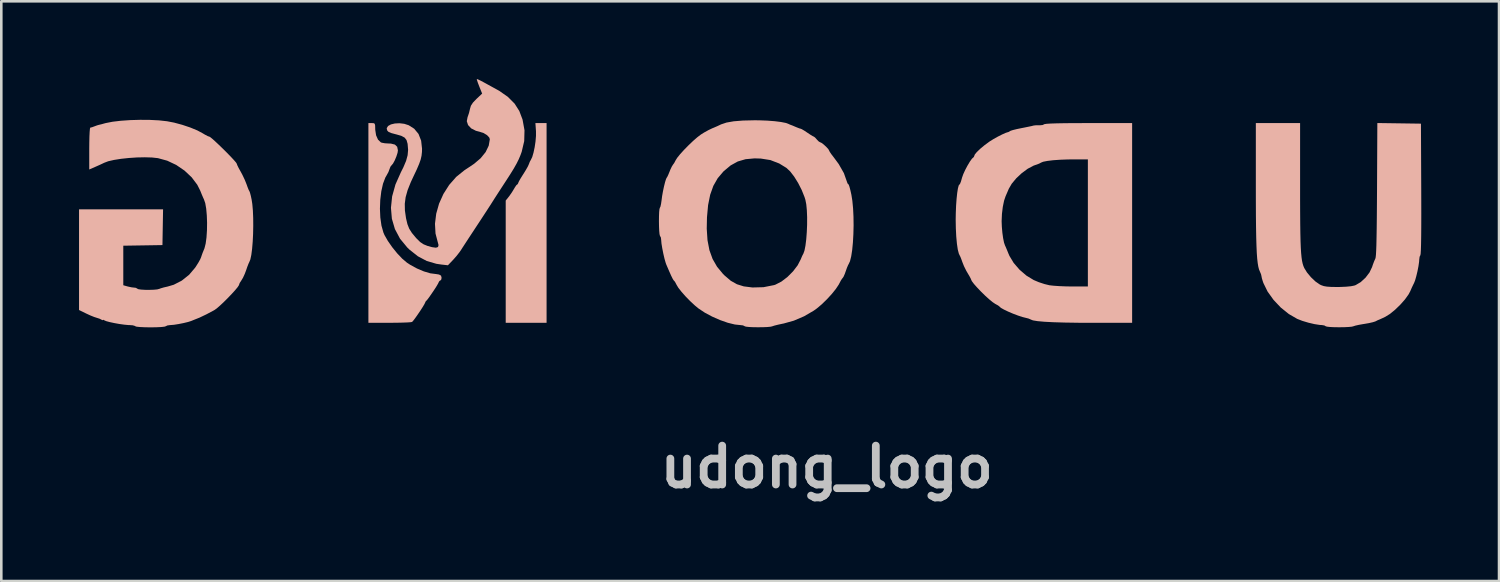
<source format=kicad_pcb>
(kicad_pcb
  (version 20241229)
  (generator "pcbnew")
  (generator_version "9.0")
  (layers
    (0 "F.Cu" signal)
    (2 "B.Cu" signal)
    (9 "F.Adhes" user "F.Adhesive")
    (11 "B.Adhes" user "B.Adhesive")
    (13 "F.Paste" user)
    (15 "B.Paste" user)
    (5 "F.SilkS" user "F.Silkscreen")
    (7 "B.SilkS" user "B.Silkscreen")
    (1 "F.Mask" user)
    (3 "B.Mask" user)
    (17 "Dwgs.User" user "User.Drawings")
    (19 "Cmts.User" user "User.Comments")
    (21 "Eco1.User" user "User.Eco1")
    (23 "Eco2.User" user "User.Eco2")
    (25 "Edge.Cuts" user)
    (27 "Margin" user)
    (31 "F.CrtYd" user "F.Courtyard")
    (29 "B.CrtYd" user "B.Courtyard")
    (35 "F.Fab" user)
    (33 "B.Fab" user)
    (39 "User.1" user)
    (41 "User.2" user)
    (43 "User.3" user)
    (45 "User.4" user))
  (footprint "udong_logo"
    (layer "F.Cu")
    (at 26.106 5.319)
    (property "Reference" "udong_logo" (at 2.75 9.65 0) (layer "Dwgs.User") (effects (font (size 1.5 1.5) (thickness 0.3))))
    (attr board_only exclude_from_pos_files exclude_from_bom)
    (fp_poly (pts (xy -8.472 -3.302) (xy -8.472 -3.121) (xy -8.49 -2.908) (xy -8.523 -2.686) (xy -8.567 -2.479) (xy -8.616 -2.311) (xy -8.667 -2.205) (xy -8.668 -2.203) (xy -8.712 -2.123) (xy -8.742 -2.043) (xy -8.781 -1.954) (xy -8.856 -1.82) (xy -8.95 -1.667) (xy -8.966 -1.643) (xy -9.056 -1.5) (xy -9.124 -1.382) (xy -9.157 -1.311) (xy -9.158 -1.303) (xy -9.182 -1.257) (xy -9.192 -1.254) (xy -9.232 -1.219) (xy -9.29 -1.132) (xy -9.312 -1.093) (xy -9.4 -0.949) (xy -9.502 -0.802) (xy -9.519 -0.781) (xy -9.64 -0.629) (xy -9.64 1.73) (xy -9.64 4.088) (xy -8.851 4.088) (xy -8.063 4.088) (xy -8.063 0.235) (xy -8.063 -3.619) (xy -8.279 -3.619) (xy -8.494 -3.619)) (stroke (width 0) (type solid)) (fill yes) (layer "B.SilkS"))
    (fp_poly (pts (xy -14.939 0.235) (xy -14.939 4.088) (xy -14.117 4.088) (xy -13.856 4.086) (xy -13.625 4.081) (xy -13.437 4.074) (xy -13.308 4.065) (xy -13.253 4.055) (xy -13.253 4.055) (xy -13.205 4.002) (xy -13.127 3.899) (xy -13.032 3.764) (xy -12.933 3.618) (xy -12.844 3.48) (xy -12.779 3.371) (xy -12.749 3.31) (xy -12.749 3.307) (xy -12.722 3.252) (xy -12.716 3.249) (xy -12.674 3.206) (xy -12.6 3.109) (xy -12.508 2.977) (xy -12.41 2.833) (xy -12.321 2.695) (xy -12.255 2.584) (xy -12.224 2.52) (xy -12.223 2.515) (xy -12.195 2.47) (xy -12.184 2.468) (xy -12.133 2.433) (xy -12.114 2.354) (xy -12.134 2.274) (xy -12.14 2.265) (xy -12.215 2.225) (xy -12.332 2.206) (xy -12.346 2.205) (xy -12.552 2.178) (xy -12.8 2.104) (xy -13.067 1.991) (xy -13.327 1.849) (xy -13.452 1.767) (xy -13.632 1.615) (xy -13.827 1.409) (xy -14.019 1.172) (xy -14.189 0.928) (xy -14.318 0.702) (xy -14.359 0.607) (xy -14.435 0.338) (xy -14.479 0.025) (xy -14.494 -0.314) (xy -14.481 -0.658) (xy -14.441 -0.987) (xy -14.375 -1.281) (xy -14.284 -1.52) (xy -14.233 -1.607) (xy -14.165 -1.732) (xy -14.126 -1.838) (xy -14.088 -1.937) (xy -14.047 -1.988) (xy -13.988 -2.058) (xy -13.921 -2.182) (xy -13.859 -2.331) (xy -13.814 -2.472) (xy -13.8 -2.566) (xy -13.828 -2.704) (xy -13.916 -2.789) (xy -14.071 -2.828) (xy -14.156 -2.831) (xy -14.302 -2.84) (xy -14.423 -2.862) (xy -14.459 -2.876) (xy -14.568 -2.98) (xy -14.643 -3.149) (xy -14.675 -3.361) (xy -14.676 -3.398) (xy -14.679 -3.528) (xy -14.696 -3.594) (xy -14.741 -3.617) (xy -14.807 -3.619) (xy -14.939 -3.619)) (stroke (width 0) (type solid)) (fill yes) (layer "B.SilkS"))
    (fp_poly (pts (xy 23.985 -1.047) (xy 23.981 -0.462) (xy 23.977 0.039) (xy 23.972 0.463) (xy 23.966 0.812) (xy 23.96 1.093) (xy 23.952 1.308) (xy 23.943 1.464) (xy 23.932 1.563) (xy 23.92 1.612) (xy 23.919 1.614) (xy 23.877 1.705) (xy 23.825 1.843) (xy 23.795 1.934) (xy 23.695 2.145) (xy 23.541 2.347) (xy 23.355 2.518) (xy 23.16 2.633) (xy 23.106 2.652) (xy 22.98 2.677) (xy 22.793 2.695) (xy 22.573 2.705) (xy 22.439 2.707) (xy 22.211 2.703) (xy 22.049 2.692) (xy 21.929 2.671) (xy 21.83 2.636) (xy 21.776 2.61) (xy 21.61 2.495) (xy 21.436 2.33) (xy 21.281 2.144) (xy 21.176 1.973) (xy 21.143 1.895) (xy 21.115 1.805) (xy 21.091 1.696) (xy 21.072 1.562) (xy 21.056 1.394) (xy 21.043 1.186) (xy 21.033 0.932) (xy 21.026 0.624) (xy 21.021 0.254) (xy 21.018 -0.183) (xy 21.016 -0.695) (xy 21.016 -1.178) (xy 21.016 -3.619) (xy 20.162 -3.619) (xy 19.308 -3.619) (xy 19.308 -1.2) (xy 19.309 -0.584) (xy 19.311 -0.05) (xy 19.316 0.409) (xy 19.323 0.799) (xy 19.333 1.126) (xy 19.345 1.396) (xy 19.361 1.615) (xy 19.381 1.789) (xy 19.404 1.925) (xy 19.431 2.029) (xy 19.463 2.106) (xy 19.464 2.109) (xy 19.509 2.215) (xy 19.526 2.291) (xy 19.541 2.369) (xy 19.578 2.491) (xy 19.6 2.554) (xy 19.761 2.882) (xy 19.991 3.203) (xy 20.27 3.499) (xy 20.582 3.75) (xy 20.905 3.937) (xy 21.103 4.014) (xy 21.337 4.084) (xy 21.572 4.139) (xy 21.777 4.171) (xy 21.856 4.175) (xy 21.953 4.191) (xy 22.001 4.22) (xy 22.054 4.237) (xy 22.172 4.25) (xy 22.336 4.258) (xy 22.522 4.26) (xy 22.711 4.258) (xy 22.881 4.25) (xy 23.01 4.238) (xy 23.074 4.222) (xy 23.147 4.198) (xy 23.28 4.168) (xy 23.449 4.138) (xy 23.49 4.132) (xy 23.667 4.101) (xy 23.818 4.067) (xy 23.917 4.036) (xy 23.928 4.031) (xy 24.006 3.991) (xy 24.037 3.978) (xy 24.085 3.959) (xy 24.188 3.912) (xy 24.306 3.856) (xy 24.485 3.745) (xy 24.684 3.582) (xy 24.883 3.389) (xy 25.063 3.186) (xy 25.202 2.992) (xy 25.267 2.87) (xy 25.33 2.725) (xy 25.392 2.596) (xy 25.413 2.556) (xy 25.454 2.452) (xy 25.5 2.29) (xy 25.546 2.098) (xy 25.584 1.903) (xy 25.608 1.735) (xy 25.614 1.647) (xy 25.628 1.54) (xy 25.658 1.478) (xy 25.668 1.423) (xy 25.677 1.282) (xy 25.684 1.055) (xy 25.689 0.745) (xy 25.692 0.352) (xy 25.693 -0.123) (xy 25.692 -0.678) (xy 25.691 -1.082) (xy 25.68 -3.597) (xy 24.839 -3.609) (xy 23.997 -3.621)) (stroke (width 0) (type solid)) (fill yes) (layer "B.SilkS"))
    (fp_poly (pts (xy -10.748 -5.275) (xy -10.714 -5.172) (xy -10.66 -5.032) (xy -10.66 -5.031) (xy -10.55 -4.757) (xy -10.77 -4.55) (xy -10.905 -4.409) (xy -10.983 -4.289) (xy -11.019 -4.167) (xy -11.056 -4.011) (xy -11.105 -3.866) (xy -11.111 -3.853) (xy -11.142 -3.692) (xy -11.093 -3.543) (xy -10.974 -3.416) (xy -10.791 -3.322) (xy -10.647 -3.284) (xy -10.493 -3.234) (xy -10.361 -3.154) (xy -10.274 -3.061) (xy -10.253 -2.995) (xy -10.295 -2.749) (xy -10.415 -2.5) (xy -10.607 -2.263) (xy -10.861 -2.047) (xy -10.901 -2.02) (xy -11.045 -1.923) (xy -11.202 -1.819) (xy -11.238 -1.795) (xy -11.551 -1.542) (xy -11.821 -1.234) (xy -12.043 -0.886) (xy -12.212 -0.511) (xy -12.322 -0.122) (xy -12.37 0.266) (xy -12.349 0.642) (xy -12.265 0.964) (xy -12.232 1.09) (xy -12.253 1.164) (xy -12.334 1.19) (xy -12.481 1.17) (xy -12.652 1.123) (xy -12.808 1.06) (xy -12.941 0.972) (xy -13.081 0.834) (xy -13.107 0.805) (xy -13.261 0.62) (xy -13.364 0.457) (xy -13.433 0.282) (xy -13.485 0.062) (xy -13.489 0.041) (xy -13.53 -0.245) (xy -13.535 -0.505) (xy -13.502 -0.76) (xy -13.426 -1.03) (xy -13.304 -1.337) (xy -13.197 -1.567) (xy -13.071 -1.833) (xy -12.982 -2.042) (xy -12.922 -2.211) (xy -12.888 -2.36) (xy -12.872 -2.507) (xy -12.869 -2.629) (xy -12.904 -2.942) (xy -13.005 -3.2) (xy -13.173 -3.402) (xy -13.384 -3.536) (xy -13.554 -3.591) (xy -13.738 -3.613) (xy -13.916 -3.604) (xy -14.069 -3.568) (xy -14.18 -3.507) (xy -14.23 -3.426) (xy -14.23 -3.395) (xy -14.209 -3.326) (xy -14.157 -3.276) (xy -14.056 -3.234) (xy -13.889 -3.189) (xy -13.866 -3.184) (xy -13.669 -3.127) (xy -13.542 -3.059) (xy -13.468 -2.964) (xy -13.428 -2.827) (xy -13.425 -2.806) (xy -13.407 -2.588) (xy -13.425 -2.38) (xy -13.484 -2.162) (xy -13.59 -1.911) (xy -13.685 -1.722) (xy -13.895 -1.25) (xy -14.023 -0.791) (xy -14.069 -0.349) (xy -14.033 0.073) (xy -13.916 0.471) (xy -13.719 0.842) (xy -13.44 1.181) (xy -13.358 1.261) (xy -13.03 1.521) (xy -12.689 1.702) (xy -12.317 1.811) (xy -12.123 1.84) (xy -11.87 1.868) (xy -11.675 1.664) (xy -11.547 1.52) (xy -11.425 1.365) (xy -11.362 1.274) (xy -11.301 1.178) (xy -11.201 1.025) (xy -11.073 0.829) (xy -10.927 0.607) (xy -10.782 0.386) (xy -10.625 0.148) (xy -10.474 -0.083) (xy -10.339 -0.29) (xy -10.232 -0.455) (xy -10.168 -0.555) (xy -10.089 -0.681) (xy -9.975 -0.858) (xy -9.84 -1.066) (xy -9.698 -1.284) (xy -9.66 -1.342) (xy -9.475 -1.628) (xy -9.332 -1.859) (xy -9.223 -2.051) (xy -9.138 -2.221) (xy -9.069 -2.385) (xy -9.023 -2.512) (xy -8.926 -2.924) (xy -8.915 -3.342) (xy -8.99 -3.754) (xy -9.115 -4.085) (xy -9.297 -4.37) (xy -9.558 -4.632) (xy -9.889 -4.863) (xy -9.961 -4.903) (xy -10.15 -5.007) (xy -10.356 -5.12) (xy -10.487 -5.192) (xy -10.618 -5.261) (xy -10.715 -5.307) (xy -10.757 -5.319)) (stroke (width 0) (type solid)) (fill yes) (layer "B.SilkS"))
    (fp_poly (pts (xy 12.358 -3.618) (xy 11.952 -3.615) (xy 11.63 -3.609) (xy 11.389 -3.601) (xy 11.23 -3.591) (xy 11.149 -3.578) (xy 11.138 -3.572) (xy 11.079 -3.544) (xy 10.972 -3.534) (xy 10.95 -3.534) (xy 10.825 -3.535) (xy 10.731 -3.524) (xy 10.724 -3.522) (xy 10.654 -3.504) (xy 10.52 -3.476) (xy 10.348 -3.441) (xy 10.265 -3.425) (xy 10.086 -3.388) (xy 9.939 -3.352) (xy 9.846 -3.323) (xy 9.827 -3.313) (xy 9.763 -3.275) (xy 9.75 -3.272) (xy 9.658 -3.243) (xy 9.517 -3.18) (xy 9.349 -3.095) (xy 9.18 -3) (xy 9.033 -2.909) (xy 9.014 -2.895) (xy 8.83 -2.759) (xy 8.668 -2.624) (xy 8.542 -2.503) (xy 8.464 -2.409) (xy 8.447 -2.366) (xy 8.422 -2.305) (xy 8.41 -2.298) (xy 8.352 -2.244) (xy 8.271 -2.13) (xy 8.181 -1.979) (xy 8.092 -1.811) (xy 8.018 -1.649) (xy 7.97 -1.513) (xy 7.966 -1.498) (xy 7.929 -1.367) (xy 7.894 -1.278) (xy 7.875 -1.254) (xy 7.842 -1.213) (xy 7.811 -1.096) (xy 7.783 -0.918) (xy 7.759 -0.69) (xy 7.74 -0.426) (xy 7.729 -0.138) (xy 7.725 0.103) (xy 7.731 0.446) (xy 7.747 0.763) (xy 7.773 1.039) (xy 7.806 1.262) (xy 7.847 1.42) (xy 7.877 1.483) (xy 7.909 1.547) (xy 7.954 1.664) (xy 7.98 1.739) (xy 8.046 1.904) (xy 8.136 2.085) (xy 8.183 2.166) (xy 8.255 2.287) (xy 8.303 2.377) (xy 8.316 2.409) (xy 8.347 2.478) (xy 8.43 2.589) (xy 8.553 2.728) (xy 8.7 2.882) (xy 8.858 3.037) (xy 9.012 3.177) (xy 9.149 3.29) (xy 9.255 3.361) (xy 9.265 3.366) (xy 9.361 3.419) (xy 9.416 3.461) (xy 9.418 3.465) (xy 9.472 3.513) (xy 9.59 3.579) (xy 9.751 3.656) (xy 9.936 3.735) (xy 10.126 3.807) (xy 10.299 3.864) (xy 10.418 3.894) (xy 10.533 3.923) (xy 10.612 3.956) (xy 10.616 3.96) (xy 10.707 3.995) (xy 10.884 4.024) (xy 11.149 4.048) (xy 11.5 4.066) (xy 11.939 4.079) (xy 12.465 4.087) (xy 12.967 4.088) (xy 14.534 4.088) (xy 14.534 0.235) (xy 12.826 0.235) (xy 12.826 2.687) (xy 12.228 2.687) (xy 11.976 2.683) (xy 11.727 2.673) (xy 11.509 2.658) (xy 11.348 2.64) (xy 11.341 2.639) (xy 11.152 2.593) (xy 10.933 2.521) (xy 10.736 2.438) (xy 10.453 2.266) (xy 10.189 2.039) (xy 9.964 1.779) (xy 9.8 1.507) (xy 9.768 1.434) (xy 9.708 1.286) (xy 9.656 1.163) (xy 9.628 1.102) (xy 9.59 0.992) (xy 9.555 0.819) (xy 9.526 0.608) (xy 9.506 0.382) (xy 9.498 0.166) (xy 9.51 -0.112) (xy 9.543 -0.386) (xy 9.593 -0.627) (xy 9.65 -0.795) (xy 9.709 -0.93) (xy 9.771 -1.075) (xy 9.772 -1.079) (xy 9.888 -1.279) (xy 10.063 -1.489) (xy 10.276 -1.688) (xy 10.505 -1.857) (xy 10.727 -1.975) (xy 10.79 -1.998) (xy 10.911 -2.041) (xy 10.997 -2.081) (xy 11.01 -2.09) (xy 11.101 -2.127) (xy 11.265 -2.159) (xy 11.489 -2.186) (xy 11.759 -2.205) (xy 12.06 -2.216) (xy 12.224 -2.217) (xy 12.826 -2.218) (xy 12.826 0.235) (xy 14.534 0.235) (xy 14.534 -3.619) (xy 12.851 -3.619)) (stroke (width 0) (type solid)) (fill yes) (layer "B.SilkS"))
    (fp_poly (pts (xy -24.13 -3.734) (xy -24.491 -3.709) (xy -24.812 -3.671) (xy -25.073 -3.62) (xy -25.12 -3.608) (xy -25.241 -3.574) (xy -25.326 -3.554) (xy -25.339 -3.551) (xy -25.409 -3.531) (xy -25.506 -3.495) (xy -25.607 -3.458) (xy -25.671 -3.444) (xy -25.685 -3.402) (xy -25.696 -3.283) (xy -25.705 -3.099) (xy -25.71 -2.859) (xy -25.712 -2.636) (xy -25.712 -1.828) (xy -25.46 -1.938) (xy -25.314 -2.003) (xy -25.193 -2.059) (xy -25.135 -2.087) (xy -24.98 -2.146) (xy -24.757 -2.197) (xy -24.485 -2.24) (xy -24.183 -2.272) (xy -23.871 -2.293) (xy -23.566 -2.299) (xy -23.29 -2.291) (xy -23.061 -2.266) (xy -22.703 -2.168) (xy -22.356 -2.004) (xy -22.036 -1.786) (xy -21.76 -1.527) (xy -21.543 -1.239) (xy -21.428 -1.01) (xy -21.368 -0.861) (xy -21.315 -0.737) (xy -21.286 -0.676) (xy -21.235 -0.528) (xy -21.198 -0.314) (xy -21.175 -0.055) (xy -21.165 0.229) (xy -21.169 0.519) (xy -21.187 0.793) (xy -21.219 1.031) (xy -21.265 1.212) (xy -21.278 1.245) (xy -21.336 1.386) (xy -21.381 1.512) (xy -21.392 1.548) (xy -21.428 1.635) (xy -21.502 1.768) (xy -21.599 1.922) (xy -21.627 1.963) (xy -21.859 2.236) (xy -22.141 2.46) (xy -22.452 2.62) (xy -22.686 2.689) (xy -22.835 2.723) (xy -22.957 2.759) (xy -23.007 2.778) (xy -23.087 2.799) (xy -23.222 2.812) (xy -23.386 2.817) (xy -23.556 2.816) (xy -23.706 2.807) (xy -23.813 2.792) (xy -23.85 2.775) (xy -23.911 2.739) (xy -23.973 2.731) (xy -24.08 2.719) (xy -24.214 2.69) (xy -24.234 2.685) (xy -24.398 2.639) (xy -24.398 1.876) (xy -24.398 1.113) (xy -23.642 1.101) (xy -22.887 1.089) (xy -22.875 0.399) (xy -22.863 -0.291) (xy -24.484 -0.291) (xy -26.106 -0.291) (xy -26.106 1.652) (xy -26.106 3.595) (xy -25.832 3.729) (xy -25.672 3.803) (xy -25.523 3.863) (xy -25.427 3.894) (xy -25.315 3.93) (xy -25.241 3.968) (xy -25.194 3.99) (xy -25.186 3.979) (xy -25.16 3.973) (xy -25.131 3.992) (xy -25.058 4.024) (xy -24.921 4.061) (xy -24.744 4.099) (xy -24.549 4.134) (xy -24.361 4.16) (xy -24.202 4.175) (xy -24.155 4.176) (xy -24.033 4.185) (xy -23.951 4.209) (xy -23.938 4.22) (xy -23.885 4.238) (xy -23.758 4.251) (xy -23.572 4.26) (xy -23.347 4.264) (xy -23.117 4.26) (xy -22.932 4.251) (xy -22.807 4.237) (xy -22.756 4.22) (xy -22.698 4.191) (xy -22.59 4.176) (xy -22.567 4.175) (xy -22.439 4.164) (xy -22.262 4.136) (xy -22.071 4.098) (xy -21.897 4.056) (xy -21.775 4.017) (xy -21.77 4.015) (xy -21.7 3.986) (xy -21.683 3.979) (xy -21.457 3.889) (xy -21.189 3.761) (xy -20.907 3.611) (xy -20.877 3.594) (xy -20.788 3.53) (xy -20.663 3.421) (xy -20.517 3.284) (xy -20.363 3.13) (xy -20.214 2.975) (xy -20.084 2.832) (xy -19.987 2.715) (xy -19.936 2.638) (xy -19.931 2.622) (xy -19.906 2.552) (xy -19.844 2.458) (xy -19.841 2.453) (xy -19.779 2.35) (xy -19.71 2.199) (xy -19.659 2.064) (xy -19.608 1.916) (xy -19.563 1.801) (xy -19.536 1.745) (xy -19.494 1.642) (xy -19.457 1.466) (xy -19.427 1.234) (xy -19.404 0.96) (xy -19.389 0.66) (xy -19.383 0.349) (xy -19.385 0.043) (xy -19.397 -0.243) (xy -19.419 -0.494) (xy -19.445 -0.663) (xy -19.478 -0.817) (xy -19.509 -0.934) (xy -19.531 -0.99) (xy -19.532 -0.992) (xy -19.56 -1.042) (xy -19.603 -1.15) (xy -19.64 -1.254) (xy -19.71 -1.429) (xy -19.803 -1.625) (xy -19.87 -1.749) (xy -19.946 -1.885) (xy -19.999 -1.994) (xy -20.019 -2.051) (xy -20.049 -2.099) (xy -20.13 -2.193) (xy -20.25 -2.322) (xy -20.395 -2.471) (xy -20.553 -2.628) (xy -20.711 -2.781) (xy -20.855 -2.916) (xy -20.973 -3.021) (xy -21.052 -3.083) (xy -21.074 -3.094) (xy -21.139 -3.116) (xy -21.247 -3.173) (xy -21.329 -3.222) (xy -21.541 -3.336) (xy -21.815 -3.449) (xy -22.122 -3.552) (xy -22.437 -3.637) (xy -22.712 -3.69) (xy -23.02 -3.724) (xy -23.373 -3.742) (xy -23.75 -3.745)) (stroke (width 0) (type solid)) (fill yes) (layer "B.SilkS"))
    (fp_poly (pts (xy -0.485 -3.717) (xy -0.841 -3.688) (xy -1.121 -3.639) (xy -1.33 -3.569) (xy -1.363 -3.553) (xy -1.471 -3.502) (xy -1.614 -3.44) (xy -1.669 -3.418) (xy -1.816 -3.348) (xy -1.989 -3.252) (xy -2.107 -3.178) (xy -2.245 -3.073) (xy -2.409 -2.93) (xy -2.585 -2.762) (xy -2.756 -2.588) (xy -2.907 -2.422) (xy -3.021 -2.281) (xy -3.082 -2.184) (xy -3.138 -2.078) (xy -3.187 -2.011) (xy -3.231 -1.94) (xy -3.288 -1.82) (xy -3.316 -1.748) (xy -3.367 -1.624) (xy -3.408 -1.538) (xy -3.424 -1.517) (xy -3.453 -1.46) (xy -3.491 -1.338) (xy -3.532 -1.172) (xy -3.572 -0.984) (xy -3.605 -0.797) (xy -3.624 -0.649) (xy -3.645 -0.503) (xy -3.669 -0.395) (xy -3.69 -0.353) (xy -3.707 -0.3) (xy -3.719 -0.182) (xy -3.725 -0.019) (xy -3.727 0.169) (xy -3.724 0.359) (xy -3.717 0.53) (xy -3.705 0.662) (xy -3.688 0.733) (xy -3.684 0.738) (xy -3.652 0.797) (xy -3.64 0.896) (xy -3.629 1.027) (xy -3.599 1.211) (xy -3.558 1.418) (xy -3.512 1.617) (xy -3.466 1.777) (xy -3.446 1.833) (xy -3.335 2.091) (xy -3.253 2.275) (xy -3.195 2.392) (xy -3.158 2.451) (xy -3.146 2.461) (xy -3.107 2.508) (xy -3.057 2.602) (xy -3.052 2.614) (xy -2.979 2.735) (xy -2.855 2.893) (xy -2.697 3.072) (xy -2.519 3.254) (xy -2.34 3.42) (xy -2.202 3.534) (xy -1.957 3.697) (xy -1.672 3.849) (xy -1.369 3.982) (xy -1.07 4.087) (xy -0.797 4.154) (xy -0.589 4.176) (xy -0.483 4.188) (xy -0.422 4.218) (xy -0.421 4.22) (xy -0.369 4.237) (xy -0.25 4.25) (xy -0.087 4.258) (xy 0.1 4.26) (xy 0.289 4.258) (xy 0.459 4.251) (xy 0.588 4.238) (xy 0.652 4.222) (xy 0.723 4.198) (xy 0.857 4.164) (xy 1.026 4.127) (xy 1.084 4.116) (xy 1.476 4.007) (xy 1.876 3.836) (xy 2.247 3.62) (xy 2.367 3.534) (xy 2.557 3.374) (xy 2.754 3.182) (xy 2.941 2.979) (xy 3.099 2.783) (xy 3.211 2.615) (xy 3.234 2.571) (xy 3.295 2.455) (xy 3.347 2.377) (xy 3.362 2.362) (xy 3.398 2.308) (xy 3.446 2.199) (xy 3.479 2.106) (xy 3.527 1.97) (xy 3.571 1.865) (xy 3.591 1.829) (xy 3.646 1.713) (xy 3.693 1.524) (xy 3.731 1.277) (xy 3.759 0.986) (xy 3.777 0.665) (xy 3.785 0.33) (xy 3.781 0.012) (xy 1.992 0.012) (xy 1.991 0.299) (xy 1.979 0.588) (xy 1.958 0.863) (xy 1.928 1.106) (xy 1.89 1.299) (xy 1.845 1.425) (xy 1.836 1.439) (xy 1.801 1.507) (xy 1.755 1.616) (xy 1.747 1.636) (xy 1.626 1.87) (xy 1.447 2.104) (xy 1.232 2.32) (xy 1 2.497) (xy 0.771 2.615) (xy 0.717 2.633) (xy 0.308 2.714) (xy -0.118 2.725) (xy -0.452 2.683) (xy -0.715 2.601) (xy -0.955 2.466) (xy -1.194 2.262) (xy -1.258 2.198) (xy -1.485 1.923) (xy -1.657 1.623) (xy -1.779 1.285) (xy -1.853 0.9) (xy -1.882 0.456) (xy -1.873 0.018) (xy -1.83 -0.454) (xy -1.749 -0.855) (xy -1.627 -1.197) (xy -1.46 -1.49) (xy -1.243 -1.746) (xy -1.224 -1.765) (xy -0.959 -1.986) (xy -0.685 -2.137) (xy -0.385 -2.225) (xy -0.04 -2.257) (xy 0.204 -2.25) (xy 0.573 -2.192) (xy 0.915 -2.06) (xy 1.192 -1.89) (xy 1.338 -1.753) (xy 1.493 -1.552) (xy 1.645 -1.307) (xy 1.782 -1.038) (xy 1.891 -0.766) (xy 1.924 -0.662) (xy 1.959 -0.486) (xy 1.981 -0.256) (xy 1.992 0.012) (xy 3.781 0.012) (xy 3.781 -0.006) (xy 3.765 -0.328) (xy 3.737 -0.621) (xy 3.701 -0.849) (xy 3.662 -1.024) (xy 3.626 -1.161) (xy 3.597 -1.241) (xy 3.586 -1.254) (xy 3.551 -1.291) (xy 3.529 -1.353) (xy 3.411 -1.687) (xy 3.211 -2.038) (xy 3.028 -2.286) (xy 2.934 -2.408) (xy 2.867 -2.506) (xy 2.841 -2.557) (xy 2.811 -2.613) (xy 2.735 -2.696) (xy 2.641 -2.784) (xy 2.554 -2.852) (xy 2.503 -2.875) (xy 2.444 -2.906) (xy 2.369 -2.982) (xy 2.368 -2.984) (xy 2.3 -3.06) (xy 2.255 -3.094) (xy 2.254 -3.094) (xy 2.206 -3.117) (xy 2.109 -3.176) (xy 2.003 -3.247) (xy 1.881 -3.328) (xy 1.787 -3.383) (xy 1.747 -3.4) (xy 1.689 -3.416) (xy 1.585 -3.457) (xy 1.544 -3.474) (xy 1.434 -3.521) (xy 1.363 -3.548) (xy 1.352 -3.551) (xy 1.299 -3.574) (xy 1.287 -3.581) (xy 1.172 -3.624) (xy 0.984 -3.661) (xy 0.739 -3.692) (xy 0.452 -3.714) (xy 0.138 -3.726) (xy -0.049 -3.727)) (stroke (width 0) (type solid)) (fill yes) (layer "B.SilkS")))
  (gr_rect
    (start -3 -3)
    (end 54.799 19.373)
    (stroke (width 0.1) (type default))
    (fill no)
    (layer "Edge.Cuts")))
</source>
